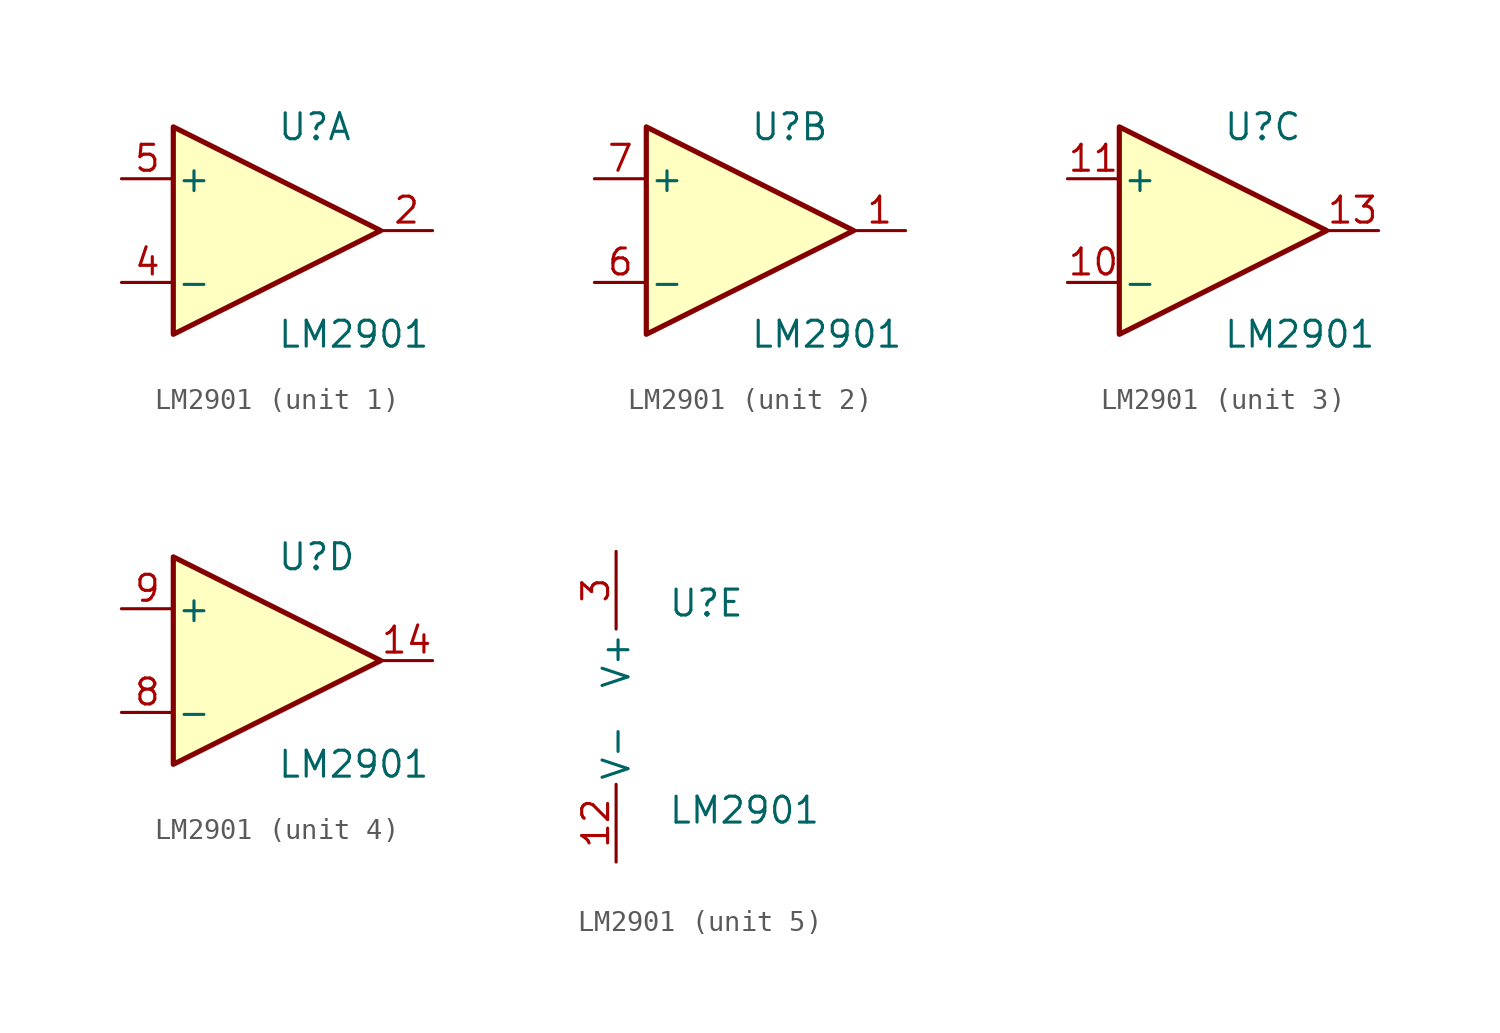
<source format=kicad_sym>
(kicad_symbol_lib
  (version 20241209)
  (generator "kicad_symbol_editor")
  (generator_version "9.0")
  (symbol "LM2901"
    (pin_names
      (offset 0.127))
    (property "Reference" "U"
      (at 0 5.08 0)
      (effects (font (size 1.27 1.27)) (justify left)))
    (property "Value" "LM2901"
      (at 0 -5.08 0)
      (effects (font (size 1.27 1.27)) (justify left)))
    (property "ki_locked" ""
      (at 0 0 0)
      (effects (font (size 1.27 1.27))))
    (symbol "LM2901_1_1"
      (polyline (pts (xy -5.08 5.08) (xy 5.08 0) (xy -5.08 -5.08) (xy -5.08 5.08)) (stroke (width 0.254) (type solid)) (fill (type background)))
      (pin input line (at -7.62 2.54 0) (length 2.54) (name "+" (effects (font (size 1.27 1.27)))) (number "5" (effects (font (size 1.27 1.27)))))
      (pin input line (at -7.62 -2.54 0) (length 2.54) (name "-" (effects (font (size 1.27 1.27)))) (number "4" (effects (font (size 1.27 1.27)))))
      (pin open_collector line (at 7.62 0 180) (length 2.54) (name "~" (effects (font (size 1.27 1.27)))) (number "2" (effects (font (size 1.27 1.27))))))
    (symbol "LM2901_2_1"
      (polyline (pts (xy -5.08 5.08) (xy 5.08 0) (xy -5.08 -5.08) (xy -5.08 5.08)) (stroke (width 0.254) (type solid)) (fill (type background)))
      (pin input line (at -7.62 2.54 0) (length 2.54) (name "+" (effects (font (size 1.27 1.27)))) (number "7" (effects (font (size 1.27 1.27)))))
      (pin input line (at -7.62 -2.54 0) (length 2.54) (name "-" (effects (font (size 1.27 1.27)))) (number "6" (effects (font (size 1.27 1.27)))))
      (pin open_collector line (at 7.62 0 180) (length 2.54) (name "~" (effects (font (size 1.27 1.27)))) (number "1" (effects (font (size 1.27 1.27))))))
    (symbol "LM2901_3_1"
      (polyline (pts (xy -5.08 5.08) (xy 5.08 0) (xy -5.08 -5.08) (xy -5.08 5.08)) (stroke (width 0.254) (type solid)) (fill (type background)))
      (pin input line (at -7.62 2.54 0) (length 2.54) (name "+" (effects (font (size 1.27 1.27)))) (number "11" (effects (font (size 1.27 1.27)))))
      (pin input line (at -7.62 -2.54 0) (length 2.54) (name "-" (effects (font (size 1.27 1.27)))) (number "10" (effects (font (size 1.27 1.27)))))
      (pin open_collector line (at 7.62 0 180) (length 2.54) (name "~" (effects (font (size 1.27 1.27)))) (number "13" (effects (font (size 1.27 1.27))))))
    (symbol "LM2901_4_1"
      (polyline (pts (xy -5.08 5.08) (xy 5.08 0) (xy -5.08 -5.08) (xy -5.08 5.08)) (stroke (width 0.254) (type solid)) (fill (type background)))
      (pin input line (at -7.62 2.54 0) (length 2.54) (name "+" (effects (font (size 1.27 1.27)))) (number "9" (effects (font (size 1.27 1.27)))))
      (pin input line (at -7.62 -2.54 0) (length 2.54) (name "-" (effects (font (size 1.27 1.27)))) (number "8" (effects (font (size 1.27 1.27)))))
      (pin open_collector line (at 7.62 0 180) (length 2.54) (name "~" (effects (font (size 1.27 1.27)))) (number "14" (effects (font (size 1.27 1.27))))))
    (symbol "LM2901_5_1"
      (pin power_in line (at -2.54 7.62 270) (length 3.81) (name "V+" (effects (font (size 1.27 1.27)))) (number "3" (effects (font (size 1.27 1.27)))))
      (pin power_in line (at -2.54 -7.62 90) (length 3.81) (name "V-" (effects (font (size 1.27 1.27)))) (number "12" (effects (font (size 1.27 1.27))))))))
</source>
